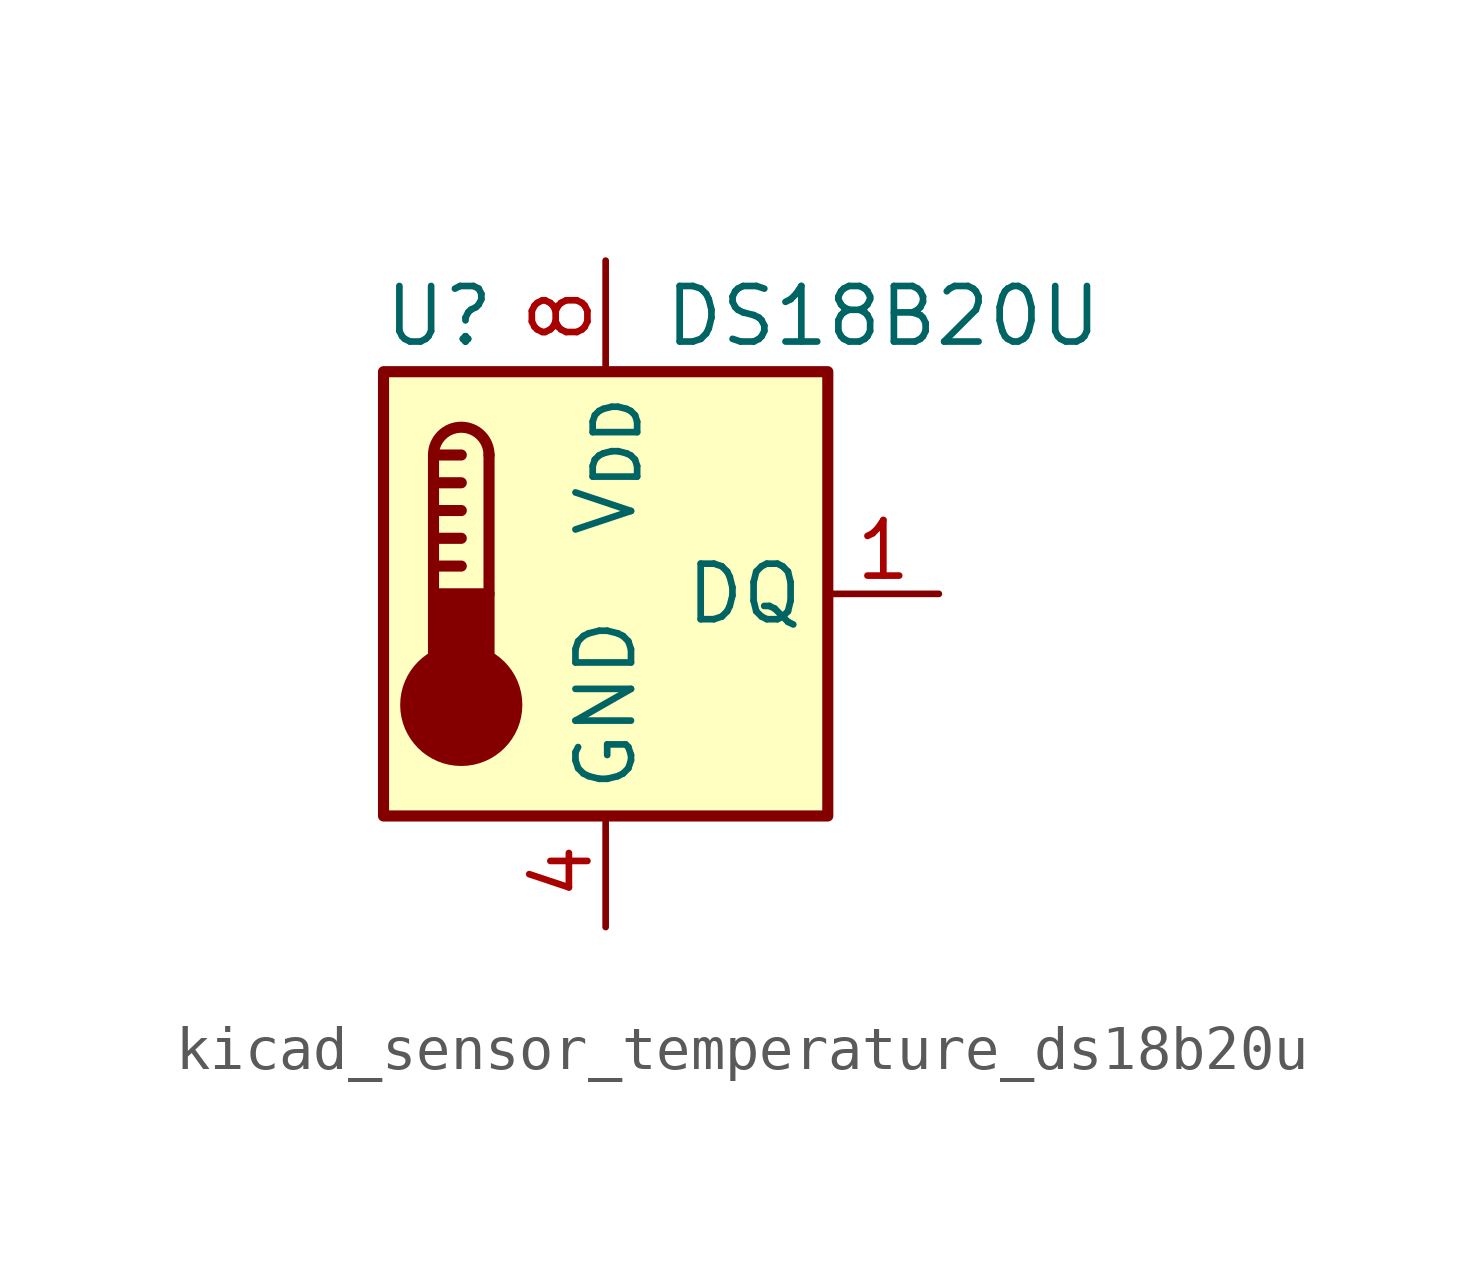
<source format=kicad_sym>
(kicad_symbol_lib
  (version 20220914)
  (generator kicad_symbol_editor)
  (symbol "kicad_sensor_temperature_ds18b20u"
    (property "Reference" "U"
      (at -3.81 6.35 0)
      (effects (font (size 1.27 1.27))))
    (property "Value" "DS18B20U"
      (at 6.35 6.35 0)
      (effects (font (size 1.27 1.27))))
    (symbol "kicad_sensor_temperature_ds18b20u_0_1"
      (rectangle (start -5.08 5.08) (end 5.08 -5.08) (stroke (width 0.254) (type default)) (fill (type background)))
      (circle (center -3.302 -2.54) (radius 1.27) (stroke (width 0.254) (type default)) (fill (type outline)))
      (rectangle (start -2.667 -1.905) (end -3.937 0) (stroke (width 0.254) (type default)) (fill (type outline)))
      (arc (start -2.667 3.175) (mid -3.302 3.8073) (end -3.937 3.175) (stroke (width 0.254) (type default)) (fill (type none)))
      (polyline (pts (xy -3.937 0.635) (xy -3.302 0.635)) (stroke (width 0.254) (type default)) (fill (type none)))
      (polyline (pts (xy -3.937 1.27) (xy -3.302 1.27)) (stroke (width 0.254) (type default)) (fill (type none)))
      (polyline (pts (xy -3.937 1.905) (xy -3.302 1.905)) (stroke (width 0.254) (type default)) (fill (type none)))
      (polyline (pts (xy -3.937 2.54) (xy -3.302 2.54)) (stroke (width 0.254) (type default)) (fill (type none)))
      (polyline (pts (xy -3.937 3.175) (xy -3.937 0)) (stroke (width 0.254) (type default)) (fill (type none)))
      (polyline (pts (xy -3.937 3.175) (xy -3.302 3.175)) (stroke (width 0.254) (type default)) (fill (type none)))
      (polyline (pts (xy -2.667 3.175) (xy -2.667 0)) (stroke (width 0.254) (type default)) (fill (type none))))
    (symbol "kicad_sensor_temperature_ds18b20u_1_1"
      (pin bidirectional line (at 7.62 0 180) (length 2.54) (name "DQ" (effects (font (size 1.27 1.27)))) (number "1" (effects (font (size 1.27 1.27)))))
      (pin no_connect line (at -5.08 2.54 0) (length 2.54) hide (name "NC" (effects (font (size 1.27 1.27)))) (number "2" (effects (font (size 1.27 1.27)))))
      (pin no_connect line (at -5.08 0 0) (length 2.54) hide (name "NC" (effects (font (size 1.27 1.27)))) (number "3" (effects (font (size 1.27 1.27)))))
      (pin power_in line (at 0 -7.62 90) (length 2.54) (name "GND" (effects (font (size 1.27 1.27)))) (number "4" (effects (font (size 1.27 1.27)))))
      (pin no_connect line (at -5.08 -2.54 0) (length 2.54) hide (name "NC" (effects (font (size 1.27 1.27)))) (number "5" (effects (font (size 1.27 1.27)))))
      (pin no_connect line (at 5.08 2.54 180) (length 2.54) hide (name "NC" (effects (font (size 1.27 1.27)))) (number "6" (effects (font (size 1.27 1.27)))))
      (pin no_connect line (at 5.08 -2.54 180) (length 2.54) hide (name "NC" (effects (font (size 1.27 1.27)))) (number "7" (effects (font (size 1.27 1.27)))))
      (pin power_in line (at 0 7.62 270) (length 2.54) (name "V_{DD}" (effects (font (size 1.27 1.27)))) (number "8" (effects (font (size 1.27 1.27))))))))
</source>
